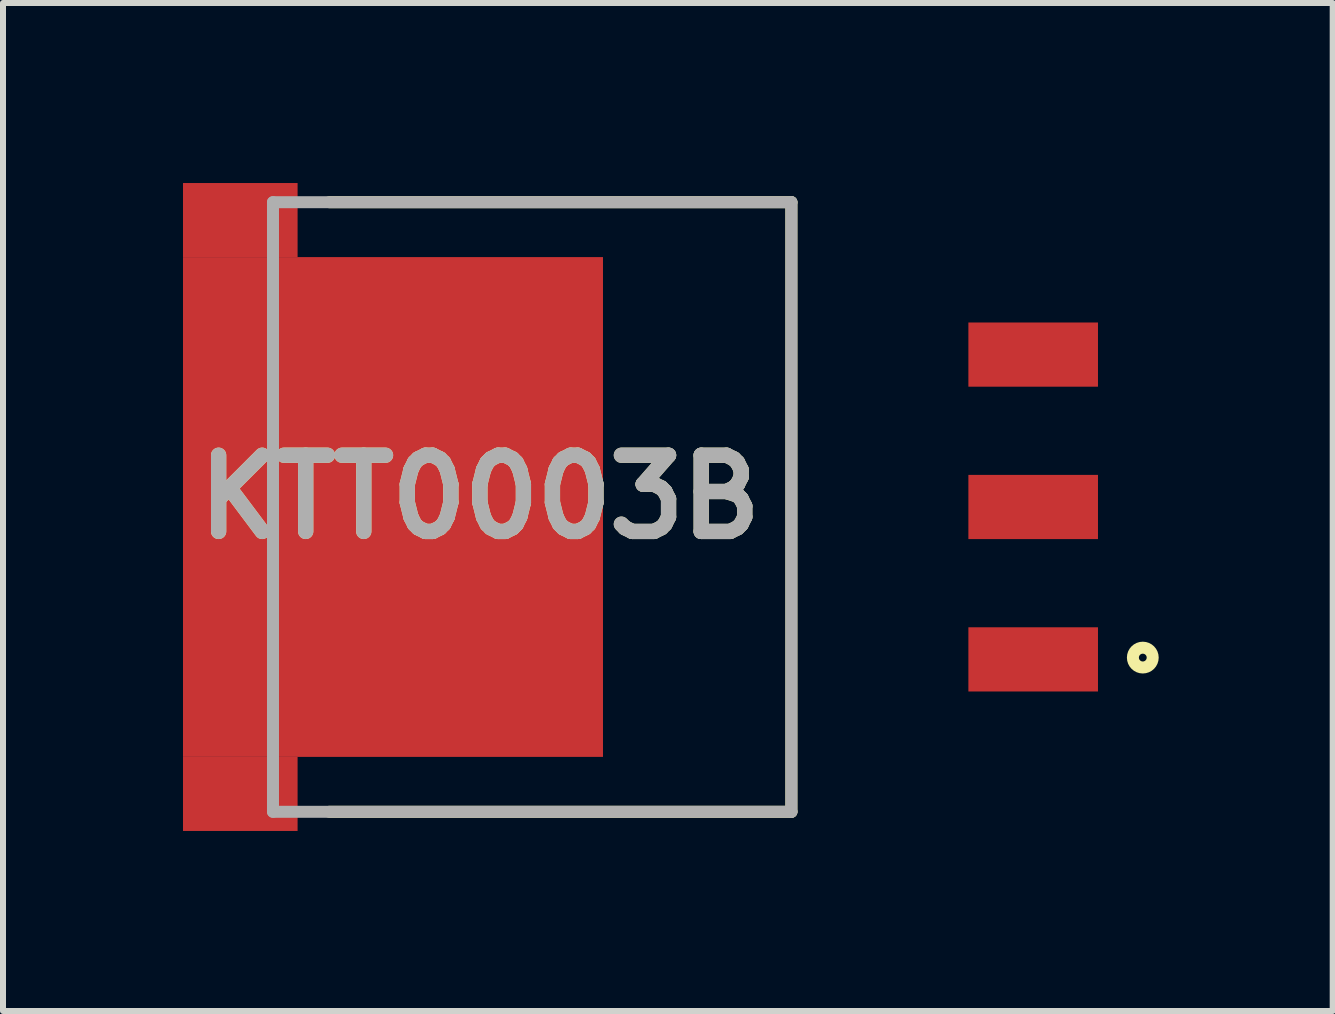
<source format=kicad_pcb>
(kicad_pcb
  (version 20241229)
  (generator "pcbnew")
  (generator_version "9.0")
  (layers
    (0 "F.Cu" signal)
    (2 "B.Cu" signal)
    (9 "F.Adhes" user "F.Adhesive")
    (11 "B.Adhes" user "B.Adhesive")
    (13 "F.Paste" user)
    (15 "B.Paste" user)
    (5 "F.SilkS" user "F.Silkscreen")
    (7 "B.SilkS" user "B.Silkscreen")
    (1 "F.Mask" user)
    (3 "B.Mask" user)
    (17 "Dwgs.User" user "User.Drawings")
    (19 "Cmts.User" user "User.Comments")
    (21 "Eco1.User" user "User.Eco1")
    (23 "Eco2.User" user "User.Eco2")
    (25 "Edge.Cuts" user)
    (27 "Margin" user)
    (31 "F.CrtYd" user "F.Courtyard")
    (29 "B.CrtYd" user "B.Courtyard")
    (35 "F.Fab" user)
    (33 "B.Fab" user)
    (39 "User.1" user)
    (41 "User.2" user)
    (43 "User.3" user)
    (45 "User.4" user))
  (footprint "KTT0003B"
    (layer "F.Cu")
    (at 1.5 5.4)
    (property "Reference" "KTT0003B" (at 3.448 -0.167 0) (layer "F.SilkS") (effects (font (size 1.27 1.27) (thickness 0.254))))
    (attr smd)
    (fp_line (start 8.64 -5.08) (end 0.94 -5.08) (stroke (width 0.2) (type solid)) (layer "F.SilkS"))
    (fp_line (start 8.64 -5.08) (end 8.64 5.08) (stroke (width 0.2) (type solid)) (layer "F.SilkS"))
    (fp_line (start 8.64 5.08) (end 0.94 5.08) (stroke (width 0.2) (type solid)) (layer "F.SilkS"))
    (fp_circle (center 14.497 2.51) (end 14.497 2.575) (stroke (width 0.2) (type solid)) (fill no) (layer "F.SilkS"))
    (fp_line (start 0 -5.08) (end 8.64 -5.08) (stroke (width 0.2) (type solid)) (layer "F.Fab"))
    (fp_line (start 0 5.08) (end 0 -5.08) (stroke (width 0.2) (type solid)) (layer "F.Fab"))
    (fp_line (start 8.64 -5.08) (end 8.64 5.08) (stroke (width 0.2) (type solid)) (layer "F.Fab"))
    (fp_line (start 8.64 5.08) (end 0 5.08) (stroke (width 0.2) (type solid)) (layer "F.Fab"))
    (fp_text user "${REFERENCE}" (at 3.448 -0.167 0) (layer "F.Fab") (effects (font (size 1.27 1.27) (thickness 0.254))))
    (pad "1" smd rect (at 12.67 2.54 90) (size 1.07 2.16) (layers "F.Cu" "F.Mask" "F.Paste"))
    (pad "2" smd rect (at 12.67 0 90) (size 1.07 2.16) (layers "F.Cu" "F.Mask" "F.Paste"))
    (pad "3" smd rect (at 12.67 -2.54 90) (size 1.07 2.16) (layers "F.Cu" "F.Mask" "F.Paste"))
    (pad "4" smd rect (at 2 0) (size 7 8.33) (layers "F.Cu" "F.Mask" "F.Paste"))
    (pad "5" smd rect (at -0.545 -4.782 90) (size 1.235 1.91) (layers "F.Cu" "F.Mask" "F.Paste"))
    (pad "6" smd rect (at -0.545 4.782 90) (size 1.235 1.91) (layers "F.Cu" "F.Mask" "F.Paste")))
  (gr_rect
    (start -3 -3)
    (end 19.162 13.8)
    (stroke (width 0.1) (type default))
    (fill no)
    (layer "Edge.Cuts")))
</source>
